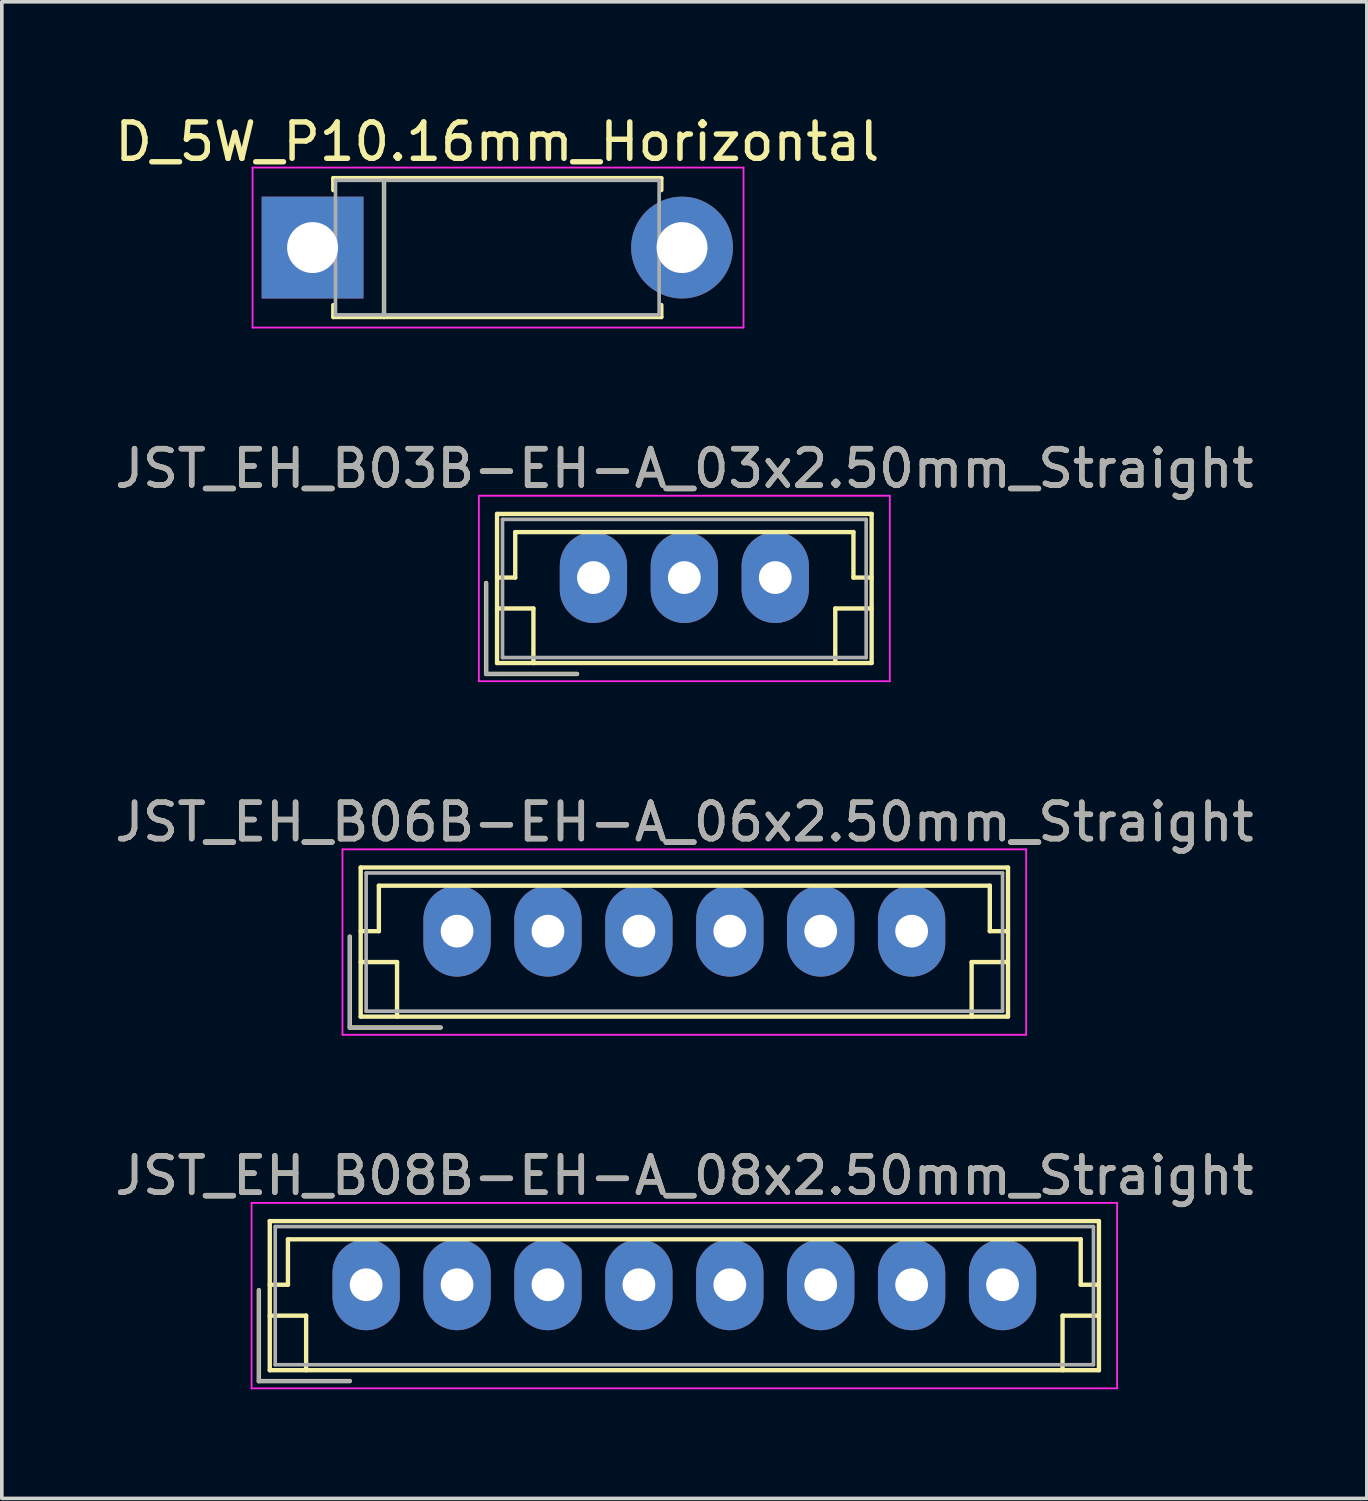
<source format=kicad_pcb>
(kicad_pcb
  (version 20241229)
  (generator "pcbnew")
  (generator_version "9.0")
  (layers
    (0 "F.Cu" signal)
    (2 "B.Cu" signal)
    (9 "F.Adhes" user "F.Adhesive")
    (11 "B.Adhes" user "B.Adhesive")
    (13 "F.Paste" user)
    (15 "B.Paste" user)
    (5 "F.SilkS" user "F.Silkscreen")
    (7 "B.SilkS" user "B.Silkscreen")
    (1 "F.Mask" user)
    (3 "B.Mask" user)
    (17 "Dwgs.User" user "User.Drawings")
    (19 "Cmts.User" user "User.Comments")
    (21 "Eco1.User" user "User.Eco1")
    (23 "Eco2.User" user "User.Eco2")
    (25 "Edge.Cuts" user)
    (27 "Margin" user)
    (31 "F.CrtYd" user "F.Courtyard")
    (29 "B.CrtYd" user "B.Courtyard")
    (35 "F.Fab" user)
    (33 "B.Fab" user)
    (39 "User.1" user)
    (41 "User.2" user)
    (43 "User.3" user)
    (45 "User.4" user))
  (footprint "D_5W_P10.16mm_Horizontal"
    (layer "F.Cu")
    (at 5.545 3.758)
    (property "Reference" "D_5W_P10.16mm_Horizontal" (at 5.08 -2.91 0) (layer "F.SilkS") (effects (font (size 1 1) (thickness 0.15))))
    (attr through_hole)
    (fp_line (start 0.57 -1.91) (end 9.59 -1.91) (stroke (width 0.12) (type solid)) (layer "F.SilkS"))
    (fp_line (start 0.57 -1.58) (end 0.57 -1.91) (stroke (width 0.12) (type solid)) (layer "F.SilkS"))
    (fp_line (start 0.57 1.58) (end 0.57 1.91) (stroke (width 0.12) (type solid)) (layer "F.SilkS"))
    (fp_line (start 0.57 1.91) (end 9.59 1.91) (stroke (width 0.12) (type solid)) (layer "F.SilkS"))
    (fp_line (start 1.965 -1.91) (end 1.965 1.91) (stroke (width 0.12) (type solid)) (layer "F.SilkS"))
    (fp_line (start 9.59 -1.91) (end 9.59 -1.58) (stroke (width 0.12) (type solid)) (layer "F.SilkS"))
    (fp_line (start 9.59 1.91) (end 9.59 1.58) (stroke (width 0.12) (type solid)) (layer "F.SilkS"))
    (fp_line (start -1.65 -2.2) (end -1.65 2.2) (stroke (width 0.05) (type solid)) (layer "F.CrtYd"))
    (fp_line (start -1.65 2.2) (end 11.85 2.2) (stroke (width 0.05) (type solid)) (layer "F.CrtYd"))
    (fp_line (start 11.85 -2.2) (end -1.65 -2.2) (stroke (width 0.05) (type solid)) (layer "F.CrtYd"))
    (fp_line (start 11.85 2.2) (end 11.85 -2.2) (stroke (width 0.05) (type solid)) (layer "F.CrtYd"))
    (fp_line (start 0 0) (end 0.63 0) (stroke (width 0.1) (type solid)) (layer "F.Fab"))
    (fp_line (start 0.63 -1.85) (end 0.63 1.85) (stroke (width 0.1) (type solid)) (layer "F.Fab"))
    (fp_line (start 0.63 1.85) (end 9.53 1.85) (stroke (width 0.1) (type solid)) (layer "F.Fab"))
    (fp_line (start 1.965 -1.85) (end 1.965 1.85) (stroke (width 0.1) (type solid)) (layer "F.Fab"))
    (fp_line (start 9.53 -1.85) (end 0.63 -1.85) (stroke (width 0.1) (type solid)) (layer "F.Fab"))
    (fp_line (start 9.53 1.85) (end 9.53 -1.85) (stroke (width 0.1) (type solid)) (layer "F.Fab"))
    (fp_line (start 10.16 0) (end 9.53 0) (stroke (width 0.1) (type solid)) (layer "F.Fab"))
    (pad "1" thru_hole rect (at 0 0) (size 2.8 2.8) (drill 1.4) (layers "*.Cu" "*.Mask"))
    (pad "2" thru_hole oval (at 10.16 0) (size 2.8 2.8) (drill 1.4) (layers "*.Cu" "*.Mask")))
  (footprint "JST_EH_B06B-EH-A_06x2.50mm_Straight"
    (layer "F.Cu")
    (at 9.518 22.555)
    (property "Reference" "JST_EH_B06B-EH-A_06x2.50mm_Straight" (at 6.25 -3 0) (layer "F.SilkS") (effects (font (size 1 1) (thickness 0.15))))
    (attr through_hole)
    (fp_line (start -2.95 0.15) (end -2.95 2.65) (stroke (width 0.12) (type solid)) (layer "F.SilkS"))
    (fp_line (start -2.95 2.65) (end -0.45 2.65) (stroke (width 0.12) (type solid)) (layer "F.SilkS"))
    (fp_line (start -2.65 -1.75) (end -2.65 2.35) (stroke (width 0.12) (type solid)) (layer "F.SilkS"))
    (fp_line (start -2.65 0) (end -2.15 0) (stroke (width 0.12) (type solid)) (layer "F.SilkS"))
    (fp_line (start -2.65 0.85) (end -1.65 0.85) (stroke (width 0.12) (type solid)) (layer "F.SilkS"))
    (fp_line (start -2.65 2.35) (end 15.15 2.35) (stroke (width 0.12) (type solid)) (layer "F.SilkS"))
    (fp_line (start -2.15 -1.25) (end 14.65 -1.25) (stroke (width 0.12) (type solid)) (layer "F.SilkS"))
    (fp_line (start -2.15 0) (end -2.15 -1.25) (stroke (width 0.12) (type solid)) (layer "F.SilkS"))
    (fp_line (start -1.65 0.85) (end -1.65 2.35) (stroke (width 0.12) (type solid)) (layer "F.SilkS"))
    (fp_line (start 14.15 0.85) (end 14.15 2.35) (stroke (width 0.12) (type solid)) (layer "F.SilkS"))
    (fp_line (start 14.65 -1.25) (end 14.65 0) (stroke (width 0.12) (type solid)) (layer "F.SilkS"))
    (fp_line (start 14.65 0) (end 15.15 0) (stroke (width 0.12) (type solid)) (layer "F.SilkS"))
    (fp_line (start 15.15 -1.75) (end -2.65 -1.75) (stroke (width 0.12) (type solid)) (layer "F.SilkS"))
    (fp_line (start 15.15 0.85) (end 14.15 0.85) (stroke (width 0.12) (type solid)) (layer "F.SilkS"))
    (fp_line (start 15.15 2.35) (end 15.15 -1.75) (stroke (width 0.12) (type solid)) (layer "F.SilkS"))
    (fp_line (start -3.15 -2.25) (end -3.15 2.85) (stroke (width 0.05) (type solid)) (layer "F.CrtYd"))
    (fp_line (start -3.15 2.85) (end 15.65 2.85) (stroke (width 0.05) (type solid)) (layer "F.CrtYd"))
    (fp_line (start 15.65 -2.25) (end -3.15 -2.25) (stroke (width 0.05) (type solid)) (layer "F.CrtYd"))
    (fp_line (start 15.65 2.85) (end 15.65 -2.25) (stroke (width 0.05) (type solid)) (layer "F.CrtYd"))
    (fp_line (start -2.95 0.15) (end -2.95 2.65) (stroke (width 0.1) (type solid)) (layer "F.Fab"))
    (fp_line (start -2.95 2.65) (end -0.45 2.65) (stroke (width 0.1) (type solid)) (layer "F.Fab"))
    (fp_line (start -2.5 -1.6) (end -2.5 2.2) (stroke (width 0.1) (type solid)) (layer "F.Fab"))
    (fp_line (start -2.5 2.2) (end 15 2.2) (stroke (width 0.1) (type solid)) (layer "F.Fab"))
    (fp_line (start 15 -1.6) (end -2.5 -1.6) (stroke (width 0.1) (type solid)) (layer "F.Fab"))
    (fp_line (start 15 2.2) (end 15 -1.6) (stroke (width 0.1) (type solid)) (layer "F.Fab"))
    (fp_text user "${REFERENCE}" (at 6.25 -3 0) (layer "F.Fab") (effects (font (size 1 1) (thickness 0.15))))
    (pad "1" thru_hole oval (at 0 0) (size 1.85 2.5) (drill 0.9) (layers "*.Cu" "*.Mask"))
    (pad "2" thru_hole oval (at 2.5 0) (size 1.85 2.5) (drill 0.9) (layers "*.Cu" "*.Mask"))
    (pad "3" thru_hole oval (at 5 0) (size 1.85 2.5) (drill 0.9) (layers "*.Cu" "*.Mask"))
    (pad "4" thru_hole oval (at 7.5 0) (size 1.85 2.5) (drill 0.9) (layers "*.Cu" "*.Mask"))
    (pad "5" thru_hole oval (at 10 0) (size 1.85 2.5) (drill 0.9) (layers "*.Cu" "*.Mask"))
    (pad "6" thru_hole oval (at 12.5 0) (size 1.85 2.5) (drill 0.9) (layers "*.Cu" "*.Mask")))
  (footprint "JST_EH_B03B-EH-A_03x2.50mm_Straight"
    (layer "F.Cu")
    (at 13.268 12.832)
    (property "Reference" "JST_EH_B03B-EH-A_03x2.50mm_Straight" (at 2.5 -3 0) (layer "F.SilkS") (effects (font (size 1 1) (thickness 0.15))))
    (attr through_hole)
    (fp_line (start -2.95 0.15) (end -2.95 2.65) (stroke (width 0.12) (type solid)) (layer "F.SilkS"))
    (fp_line (start -2.95 2.65) (end -0.45 2.65) (stroke (width 0.12) (type solid)) (layer "F.SilkS"))
    (fp_line (start -2.65 -1.75) (end -2.65 2.35) (stroke (width 0.12) (type solid)) (layer "F.SilkS"))
    (fp_line (start -2.65 0) (end -2.15 0) (stroke (width 0.12) (type solid)) (layer "F.SilkS"))
    (fp_line (start -2.65 0.85) (end -1.65 0.85) (stroke (width 0.12) (type solid)) (layer "F.SilkS"))
    (fp_line (start -2.65 2.35) (end 7.65 2.35) (stroke (width 0.12) (type solid)) (layer "F.SilkS"))
    (fp_line (start -2.15 -1.25) (end 7.15 -1.25) (stroke (width 0.12) (type solid)) (layer "F.SilkS"))
    (fp_line (start -2.15 0) (end -2.15 -1.25) (stroke (width 0.12) (type solid)) (layer "F.SilkS"))
    (fp_line (start -1.65 0.85) (end -1.65 2.35) (stroke (width 0.12) (type solid)) (layer "F.SilkS"))
    (fp_line (start 6.65 0.85) (end 6.65 2.35) (stroke (width 0.12) (type solid)) (layer "F.SilkS"))
    (fp_line (start 7.15 -1.25) (end 7.15 0) (stroke (width 0.12) (type solid)) (layer "F.SilkS"))
    (fp_line (start 7.15 0) (end 7.65 0) (stroke (width 0.12) (type solid)) (layer "F.SilkS"))
    (fp_line (start 7.65 -1.75) (end -2.65 -1.75) (stroke (width 0.12) (type solid)) (layer "F.SilkS"))
    (fp_line (start 7.65 0.85) (end 6.65 0.85) (stroke (width 0.12) (type solid)) (layer "F.SilkS"))
    (fp_line (start 7.65 2.35) (end 7.65 -1.75) (stroke (width 0.12) (type solid)) (layer "F.SilkS"))
    (fp_line (start -3.15 -2.25) (end -3.15 2.85) (stroke (width 0.05) (type solid)) (layer "F.CrtYd"))
    (fp_line (start -3.15 2.85) (end 8.15 2.85) (stroke (width 0.05) (type solid)) (layer "F.CrtYd"))
    (fp_line (start 8.15 -2.25) (end -3.15 -2.25) (stroke (width 0.05) (type solid)) (layer "F.CrtYd"))
    (fp_line (start 8.15 2.85) (end 8.15 -2.25) (stroke (width 0.05) (type solid)) (layer "F.CrtYd"))
    (fp_line (start -2.95 0.15) (end -2.95 2.65) (stroke (width 0.1) (type solid)) (layer "F.Fab"))
    (fp_line (start -2.95 2.65) (end -0.45 2.65) (stroke (width 0.1) (type solid)) (layer "F.Fab"))
    (fp_line (start -2.5 -1.6) (end -2.5 2.2) (stroke (width 0.1) (type solid)) (layer "F.Fab"))
    (fp_line (start -2.5 2.2) (end 7.5 2.2) (stroke (width 0.1) (type solid)) (layer "F.Fab"))
    (fp_line (start 7.5 -1.6) (end -2.5 -1.6) (stroke (width 0.1) (type solid)) (layer "F.Fab"))
    (fp_line (start 7.5 2.2) (end 7.5 -1.6) (stroke (width 0.1) (type solid)) (layer "F.Fab"))
    (fp_text user "${REFERENCE}" (at 2.5 -3 0) (layer "F.Fab") (effects (font (size 1 1) (thickness 0.15))))
    (pad "1" thru_hole oval (at 0 0) (size 1.85 2.5) (drill 0.9) (layers "*.Cu" "*.Mask"))
    (pad "2" thru_hole oval (at 2.5 0) (size 1.85 2.5) (drill 0.9) (layers "*.Cu" "*.Mask"))
    (pad "3" thru_hole oval (at 5 0) (size 1.85 2.5) (drill 0.9) (layers "*.Cu" "*.Mask")))
  (footprint "JST_EH_B08B-EH-A_08x2.50mm_Straight"
    (layer "F.Cu")
    (at 7.018 32.278)
    (property "Reference" "JST_EH_B08B-EH-A_08x2.50mm_Straight" (at 8.75 -3 0) (layer "F.SilkS") (effects (font (size 1 1) (thickness 0.15))))
    (attr through_hole)
    (fp_line (start -2.95 0.15) (end -2.95 2.65) (stroke (width 0.12) (type solid)) (layer "F.SilkS"))
    (fp_line (start -2.95 2.65) (end -0.45 2.65) (stroke (width 0.12) (type solid)) (layer "F.SilkS"))
    (fp_line (start -2.65 -1.75) (end -2.65 2.35) (stroke (width 0.12) (type solid)) (layer "F.SilkS"))
    (fp_line (start -2.65 0) (end -2.15 0) (stroke (width 0.12) (type solid)) (layer "F.SilkS"))
    (fp_line (start -2.65 0.85) (end -1.65 0.85) (stroke (width 0.12) (type solid)) (layer "F.SilkS"))
    (fp_line (start -2.65 2.35) (end 20.15 2.35) (stroke (width 0.12) (type solid)) (layer "F.SilkS"))
    (fp_line (start -2.15 -1.25) (end 19.65 -1.25) (stroke (width 0.12) (type solid)) (layer "F.SilkS"))
    (fp_line (start -2.15 0) (end -2.15 -1.25) (stroke (width 0.12) (type solid)) (layer "F.SilkS"))
    (fp_line (start -1.65 0.85) (end -1.65 2.35) (stroke (width 0.12) (type solid)) (layer "F.SilkS"))
    (fp_line (start 19.15 0.85) (end 19.15 2.35) (stroke (width 0.12) (type solid)) (layer "F.SilkS"))
    (fp_line (start 19.65 -1.25) (end 19.65 0) (stroke (width 0.12) (type solid)) (layer "F.SilkS"))
    (fp_line (start 19.65 0) (end 20.15 0) (stroke (width 0.12) (type solid)) (layer "F.SilkS"))
    (fp_line (start 20.15 -1.75) (end -2.65 -1.75) (stroke (width 0.12) (type solid)) (layer "F.SilkS"))
    (fp_line (start 20.15 0.85) (end 19.15 0.85) (stroke (width 0.12) (type solid)) (layer "F.SilkS"))
    (fp_line (start 20.15 2.35) (end 20.15 -1.75) (stroke (width 0.12) (type solid)) (layer "F.SilkS"))
    (fp_line (start -3.15 -2.25) (end -3.15 2.85) (stroke (width 0.05) (type solid)) (layer "F.CrtYd"))
    (fp_line (start -3.15 2.85) (end 20.65 2.85) (stroke (width 0.05) (type solid)) (layer "F.CrtYd"))
    (fp_line (start 20.65 -2.25) (end -3.15 -2.25) (stroke (width 0.05) (type solid)) (layer "F.CrtYd"))
    (fp_line (start 20.65 2.85) (end 20.65 -2.25) (stroke (width 0.05) (type solid)) (layer "F.CrtYd"))
    (fp_line (start -2.95 0.15) (end -2.95 2.65) (stroke (width 0.1) (type solid)) (layer "F.Fab"))
    (fp_line (start -2.95 2.65) (end -0.45 2.65) (stroke (width 0.1) (type solid)) (layer "F.Fab"))
    (fp_line (start -2.5 -1.6) (end -2.5 2.2) (stroke (width 0.1) (type solid)) (layer "F.Fab"))
    (fp_line (start -2.5 2.2) (end 20 2.2) (stroke (width 0.1) (type solid)) (layer "F.Fab"))
    (fp_line (start 20 -1.6) (end -2.5 -1.6) (stroke (width 0.1) (type solid)) (layer "F.Fab"))
    (fp_line (start 20 2.2) (end 20 -1.6) (stroke (width 0.1) (type solid)) (layer "F.Fab"))
    (fp_text user "${REFERENCE}" (at 8.75 -3 0) (layer "F.Fab") (effects (font (size 1 1) (thickness 0.15))))
    (pad "1" thru_hole oval (at 0 0) (size 1.85 2.5) (drill 0.9) (layers "*.Cu" "*.Mask"))
    (pad "2" thru_hole oval (at 2.5 0) (size 1.85 2.5) (drill 0.9) (layers "*.Cu" "*.Mask"))
    (pad "3" thru_hole oval (at 5 0) (size 1.85 2.5) (drill 0.9) (layers "*.Cu" "*.Mask"))
    (pad "4" thru_hole oval (at 7.5 0) (size 1.85 2.5) (drill 0.9) (layers "*.Cu" "*.Mask"))
    (pad "5" thru_hole oval (at 10 0) (size 1.85 2.5) (drill 0.9) (layers "*.Cu" "*.Mask"))
    (pad "6" thru_hole oval (at 12.5 0) (size 1.85 2.5) (drill 0.9) (layers "*.Cu" "*.Mask"))
    (pad "7" thru_hole oval (at 15 0) (size 1.85 2.5) (drill 0.9) (layers "*.Cu" "*.Mask"))
    (pad "8" thru_hole oval (at 17.5 0) (size 1.85 2.5) (drill 0.9) (layers "*.Cu" "*.Mask")))
  (gr_rect
    (start -3 -3)
    (end 34.536 38.153)
    (stroke (width 0.1) (type default))
    (fill no)
    (layer "Edge.Cuts")))
</source>
